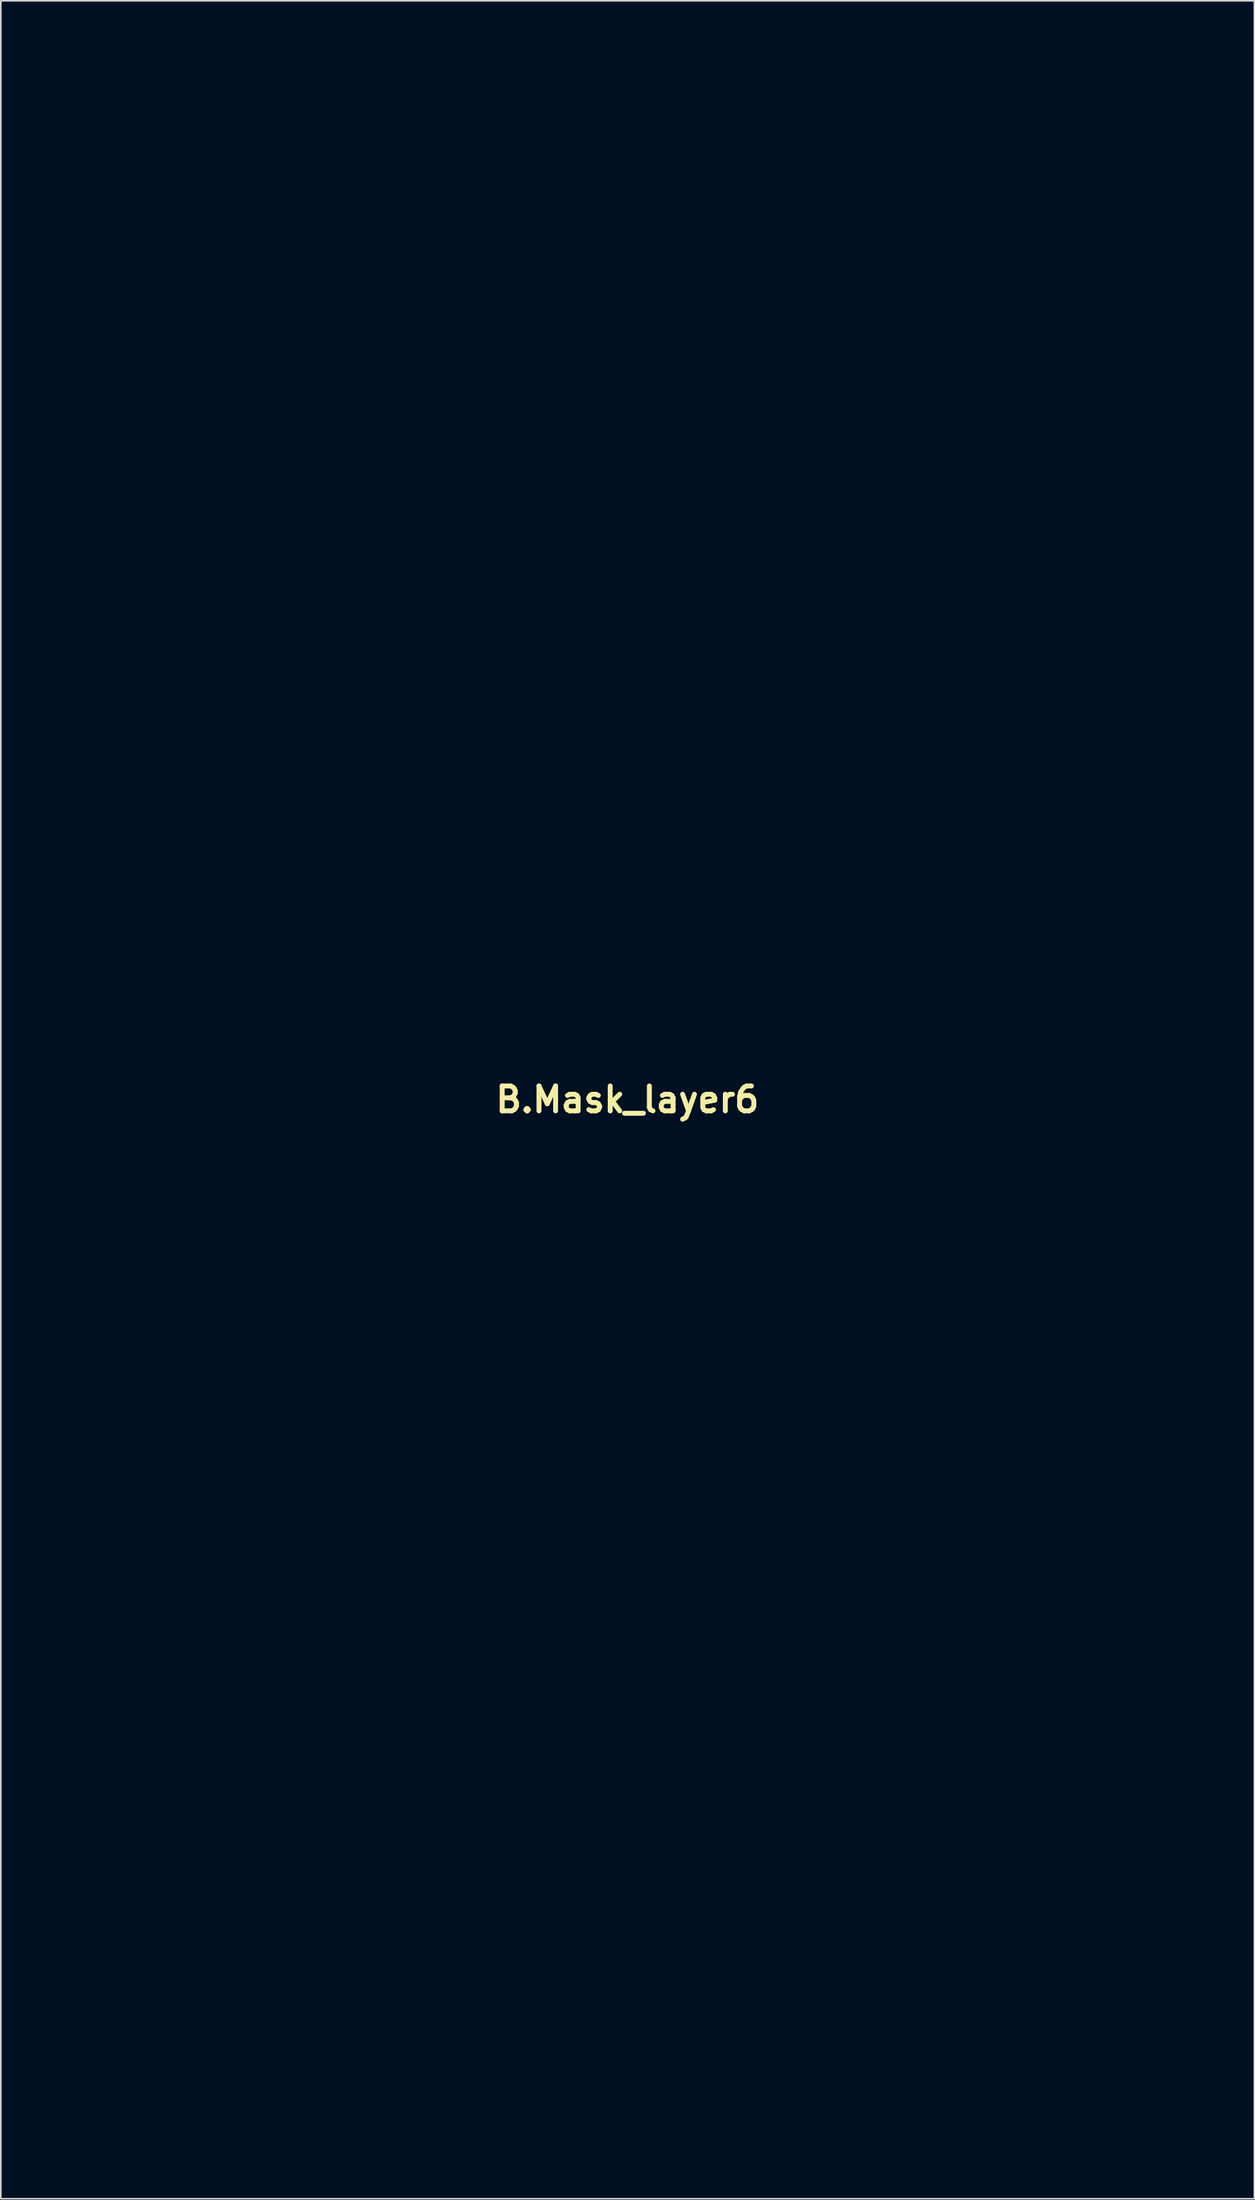
<source format=kicad_pcb>
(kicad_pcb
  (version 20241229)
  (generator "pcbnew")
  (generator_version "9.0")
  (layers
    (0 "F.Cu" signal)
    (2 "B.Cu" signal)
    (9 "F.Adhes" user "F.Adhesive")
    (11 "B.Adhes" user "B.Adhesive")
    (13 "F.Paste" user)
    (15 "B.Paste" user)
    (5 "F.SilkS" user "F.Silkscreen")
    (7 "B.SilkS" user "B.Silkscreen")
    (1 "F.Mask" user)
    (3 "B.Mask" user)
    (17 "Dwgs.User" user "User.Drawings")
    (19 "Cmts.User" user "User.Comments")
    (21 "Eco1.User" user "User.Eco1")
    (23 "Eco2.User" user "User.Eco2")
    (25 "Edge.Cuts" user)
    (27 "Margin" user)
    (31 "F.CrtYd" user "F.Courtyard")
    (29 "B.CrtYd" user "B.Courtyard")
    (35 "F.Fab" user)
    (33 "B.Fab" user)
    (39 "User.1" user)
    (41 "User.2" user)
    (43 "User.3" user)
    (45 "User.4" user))
  (footprint "B.Mask_layer6"
    (layer "F.Cu")
    (at 35.311 64.161)
    (property "Reference" "B.Mask_layer6" (at 0 0 0) (layer "F.SilkS") (effects (font (size 1.524 1.524) (thickness 0.3))))
    (attr through_hole)
    (fp_poly (pts (xy 35.327 64.177) (xy -35.306 64.177) (xy -35.306 58.318) (xy -8.463 58.318) (xy -8.463 58.704) (xy -8.462 59.048) (xy -8.462 59.352) (xy -8.46 59.614) (xy -8.459 59.837) (xy -8.457 60.018) (xy -8.454 60.16) (xy -8.451 60.263) (xy -8.448 60.326) (xy -8.445 60.347) (xy -8.4 60.451) (xy -8.325 60.551) (xy -8.234 60.632) (xy -8.193 60.657) (xy -8.1 60.706) (xy 8.162 60.706) (xy 8.274 60.65) (xy 8.391 60.57) (xy 8.476 60.462) (xy 8.527 60.331) (xy 8.529 60.323) (xy 8.532 60.287) (xy 8.535 60.211) (xy 8.538 60.1) (xy 8.54 59.956) (xy 8.542 59.781) (xy 8.544 59.58) (xy 8.546 59.355) (xy 8.548 59.11) (xy 8.549 58.847) (xy 8.55 58.569) (xy 8.551 58.28) (xy 8.551 57.983) (xy 8.552 57.68) (xy 8.552 57.375) (xy 8.551 57.072) (xy 8.551 56.772) (xy 8.55 56.479) (xy 8.549 56.197) (xy 8.548 55.928) (xy 8.547 55.675) (xy 8.545 55.442) (xy 8.543 55.231) (xy 8.541 55.046) (xy 8.539 54.889) (xy 8.536 54.764) (xy 8.533 54.674) (xy 8.53 54.623) (xy 8.529 54.613) (xy 8.478 54.482) (xy 8.395 54.372) (xy 8.284 54.29) (xy 8.271 54.283) (xy 8.159 54.229) (xy -8.121 54.24) (xy -8.224 54.304) (xy -8.325 54.386) (xy -8.392 54.471) (xy -8.456 54.575) (xy -8.462 57.42) (xy -8.462 57.89) (xy -8.463 58.318) (xy -35.306 58.318) (xy -35.306 -48.686) (xy -9.945 -48.686) (xy -9.945 -48.399) (xy -9.944 -48.07) (xy -9.944 -48.069) (xy -9.943 -47.765) (xy -9.942 -47.501) (xy -9.941 -47.273) (xy -9.939 -47.078) (xy -9.937 -46.914) (xy -9.934 -46.777) (xy -9.93 -46.665) (xy -9.925 -46.574) (xy -9.918 -46.502) (xy -9.909 -46.446) (xy -9.898 -46.403) (xy -9.884 -46.369) (xy -9.867 -46.342) (xy -9.848 -46.319) (xy -9.826 -46.298) (xy -9.8 -46.273) (xy -9.786 -46.26) (xy -9.776 -46.25) (xy -9.769 -46.24) (xy -9.764 -46.23) (xy -9.759 -46.221) (xy -9.753 -46.212) (xy -9.745 -46.205) (xy -9.734 -46.197) (xy -9.718 -46.19) (xy -9.697 -46.184) (xy -9.67 -46.177) (xy -9.635 -46.172) (xy -9.591 -46.167) (xy -9.538 -46.162) (xy -9.473 -46.157) (xy -9.396 -46.153) (xy -9.305 -46.15) (xy -9.2 -46.146) (xy -9.079 -46.143) (xy -8.942 -46.141) (xy -8.786 -46.138) (xy -8.611 -46.136) (xy -8.416 -46.134) (xy -8.2 -46.132) (xy -7.961 -46.131) (xy -7.698 -46.13) (xy -7.41 -46.129) (xy -7.097 -46.128) (xy -6.756 -46.128) (xy -6.387 -46.127) (xy -5.988 -46.127) (xy -5.559 -46.127) (xy -5.098 -46.127) (xy -4.605 -46.127) (xy -4.077 -46.127) (xy -3.514 -46.127) (xy -2.915 -46.127) (xy -2.278 -46.128) (xy -1.603 -46.128) (xy -0.888 -46.128) (xy -0.132 -46.129) (xy 0.074 -46.129) (xy 9.663 -46.133) (xy 9.75 -46.18) (xy 9.846 -46.248) (xy 9.931 -46.338) (xy 9.992 -46.438) (xy 10.01 -46.488) (xy 10.015 -46.52) (xy 10.019 -46.577) (xy 10.023 -46.661) (xy 10.026 -46.775) (xy 10.028 -46.92) (xy 10.029 -47.098) (xy 10.03 -47.311) (xy 10.03 -47.56) (xy 10.03 -47.848) (xy 10.029 -48.165) (xy 10.022 -49.752) (xy 9.975 -49.84) (xy 9.902 -49.941) (xy 9.806 -50.024) (xy 9.7 -50.076) (xy 9.696 -50.077) (xy 9.678 -50.079) (xy 9.637 -50.081) (xy 9.572 -50.083) (xy 9.482 -50.085) (xy 9.368 -50.087) (xy 9.227 -50.088) (xy 9.059 -50.09) (xy 8.864 -50.091) (xy 8.64 -50.092) (xy 8.387 -50.093) (xy 8.104 -50.094) (xy 7.791 -50.095) (xy 7.445 -50.096) (xy 7.067 -50.097) (xy 6.656 -50.098) (xy 6.212 -50.099) (xy 5.732 -50.099) (xy 5.217 -50.1) (xy 4.665 -50.1) (xy 4.077 -50.101) (xy 3.45 -50.101) (xy 2.785 -50.101) (xy 2.081 -50.101) (xy 1.336 -50.101) (xy 0.55 -50.101) (xy 0.02 -50.102) (xy -9.575 -50.102) (xy -9.666 -50.057) (xy -9.766 -49.991) (xy -9.851 -49.9) (xy -9.911 -49.798) (xy -9.926 -49.757) (xy -9.931 -49.725) (xy -9.935 -49.668) (xy -9.938 -49.584) (xy -9.941 -49.47) (xy -9.943 -49.325) (xy -9.945 -49.148) (xy -9.945 -48.935) (xy -9.945 -48.686) (xy -35.306 -48.686) (xy -35.306 -58.409) (xy -23.833 -58.409) (xy -23.833 -57.915) (xy -23.833 -57.461) (xy -23.833 -57.047) (xy -23.832 -56.669) (xy -23.832 -56.326) (xy -23.832 -56.017) (xy -23.831 -55.739) (xy -23.831 -55.491) (xy -23.83 -55.272) (xy -23.829 -55.079) (xy -23.828 -54.91) (xy -23.827 -54.764) (xy -23.825 -54.64) (xy -23.824 -54.534) (xy -23.822 -54.446) (xy -23.82 -54.374) (xy -23.817 -54.315) (xy -23.814 -54.269) (xy -23.811 -54.233) (xy -23.808 -54.206) (xy -23.804 -54.185) (xy -23.8 -54.17) (xy -23.795 -54.157) (xy -23.793 -54.153) (xy -23.737 -54.067) (xy -23.655 -53.984) (xy -23.561 -53.92) (xy -23.513 -53.898) (xy -23.501 -53.897) (xy -23.473 -53.895) (xy -23.427 -53.894) (xy -23.363 -53.893) (xy -23.28 -53.892) (xy -23.179 -53.891) (xy -23.057 -53.889) (xy -22.916 -53.888) (xy -22.753 -53.887) (xy -22.569 -53.886) (xy -22.363 -53.885) (xy -22.134 -53.884) (xy -21.881 -53.884) (xy -21.605 -53.883) (xy -21.304 -53.882) (xy -20.978 -53.881) (xy -20.626 -53.88) (xy -20.248 -53.88) (xy -19.843 -53.879) (xy -19.41 -53.878) (xy -18.949 -53.878) (xy -18.459 -53.877) (xy -17.94 -53.877) (xy -17.391 -53.876) (xy -16.811 -53.876) (xy -16.2 -53.875) (xy -15.557 -53.875) (xy -14.882 -53.874) (xy -14.174 -53.874) (xy -13.432 -53.874) (xy -12.655 -53.873) (xy -11.844 -53.873) (xy -10.998 -53.873) (xy -10.115 -53.872) (xy -9.196 -53.872) (xy -8.24 -53.872) (xy -7.246 -53.872) (xy -6.213 -53.872) (xy -5.141 -53.871) (xy -4.03 -53.871) (xy -2.878 -53.871) (xy -1.685 -53.871) (xy -0.451 -53.871) (xy 0.042 -53.871) (xy 23.527 -53.87) (xy 23.633 -53.919) (xy 23.751 -53.995) (xy 23.845 -54.098) (xy 23.89 -54.181) (xy 23.894 -54.211) (xy 23.897 -54.281) (xy 23.901 -54.388) (xy 23.904 -54.53) (xy 23.906 -54.705) (xy 23.909 -54.909) (xy 23.911 -55.141) (xy 23.914 -55.398) (xy 23.915 -55.677) (xy 23.917 -55.976) (xy 23.918 -56.292) (xy 23.92 -56.623) (xy 23.921 -56.967) (xy 23.921 -57.321) (xy 23.922 -57.682) (xy 23.922 -58.048) (xy 23.922 -58.416) (xy 23.922 -58.785) (xy 23.921 -59.15) (xy 23.921 -59.511) (xy 23.92 -59.865) (xy 23.919 -60.208) (xy 23.917 -60.539) (xy 23.916 -60.854) (xy 23.914 -61.153) (xy 23.912 -61.431) (xy 23.909 -61.687) (xy 23.907 -61.917) (xy 23.904 -62.121) (xy 23.901 -62.294) (xy 23.898 -62.435) (xy 23.895 -62.541) (xy 23.891 -62.609) (xy 23.887 -62.638) (xy 23.815 -62.758) (xy 23.713 -62.857) (xy 23.656 -62.892) (xy 23.569 -62.939) (xy 0.074 -62.945) (xy -1.13 -62.945) (xy -2.293 -62.945) (xy -3.416 -62.946) (xy -4.497 -62.946) (xy -5.54 -62.946) (xy -6.544 -62.946) (xy -7.51 -62.946) (xy -8.438 -62.947) (xy -9.331 -62.947) (xy -10.187 -62.947) (xy -11.008 -62.947) (xy -11.795 -62.947) (xy -12.549 -62.947) (xy -13.269 -62.947) (xy -13.958 -62.947) (xy -14.615 -62.947) (xy -15.241 -62.947) (xy -15.837 -62.947) (xy -16.405 -62.947) (xy -16.943 -62.946) (xy -17.454 -62.946) (xy -17.938 -62.946) (xy -18.396 -62.946) (xy -18.828 -62.945) (xy -19.235 -62.945) (xy -19.618 -62.945) (xy -19.978 -62.944) (xy -20.315 -62.944) (xy -20.63 -62.943) (xy -20.924 -62.943) (xy -21.198 -62.942) (xy -21.452 -62.941) (xy -21.686 -62.941) (xy -21.903 -62.94) (xy -22.102 -62.939) (xy -22.284 -62.938) (xy -22.45 -62.937) (xy -22.6 -62.937) (xy -22.736 -62.936) (xy -22.859 -62.935) (xy -22.967 -62.933) (xy -23.064 -62.932) (xy -23.149 -62.931) (xy -23.222 -62.93) (xy -23.286 -62.929) (xy -23.34 -62.927) (xy -23.385 -62.926) (xy -23.422 -62.924) (xy -23.452 -62.923) (xy -23.475 -62.921) (xy -23.492 -62.92) (xy -23.504 -62.918) (xy -23.512 -62.916) (xy -23.513 -62.916) (xy -23.628 -62.854) (xy -23.725 -62.768) (xy -23.793 -62.667) (xy -23.794 -62.664) (xy -23.799 -62.653) (xy -23.803 -62.638) (xy -23.807 -62.619) (xy -23.81 -62.594) (xy -23.813 -62.56) (xy -23.816 -62.516) (xy -23.819 -62.461) (xy -23.821 -62.392) (xy -23.823 -62.307) (xy -23.825 -62.206) (xy -23.826 -62.085) (xy -23.828 -61.944) (xy -23.829 -61.78) (xy -23.83 -61.592) (xy -23.831 -61.379) (xy -23.831 -61.137) (xy -23.832 -60.866) (xy -23.832 -60.563) (xy -23.832 -60.228) (xy -23.833 -59.857) (xy -23.833 -59.45) (xy -23.833 -59.005) (xy -23.833 -58.519) (xy -23.833 -58.409) (xy -35.306 -58.409) (xy -35.306 -64.156) (xy 35.327 -64.156) (xy 35.327 64.177)) (stroke (width 0.01) (type solid)) (fill yes) (layer "B.Mask")))
  (gr_rect
    (start -3 -3)
    (end 73.643 131.344)
    (stroke (width 0.1) (type default))
    (fill no)
    (layer "Edge.Cuts")))
</source>
